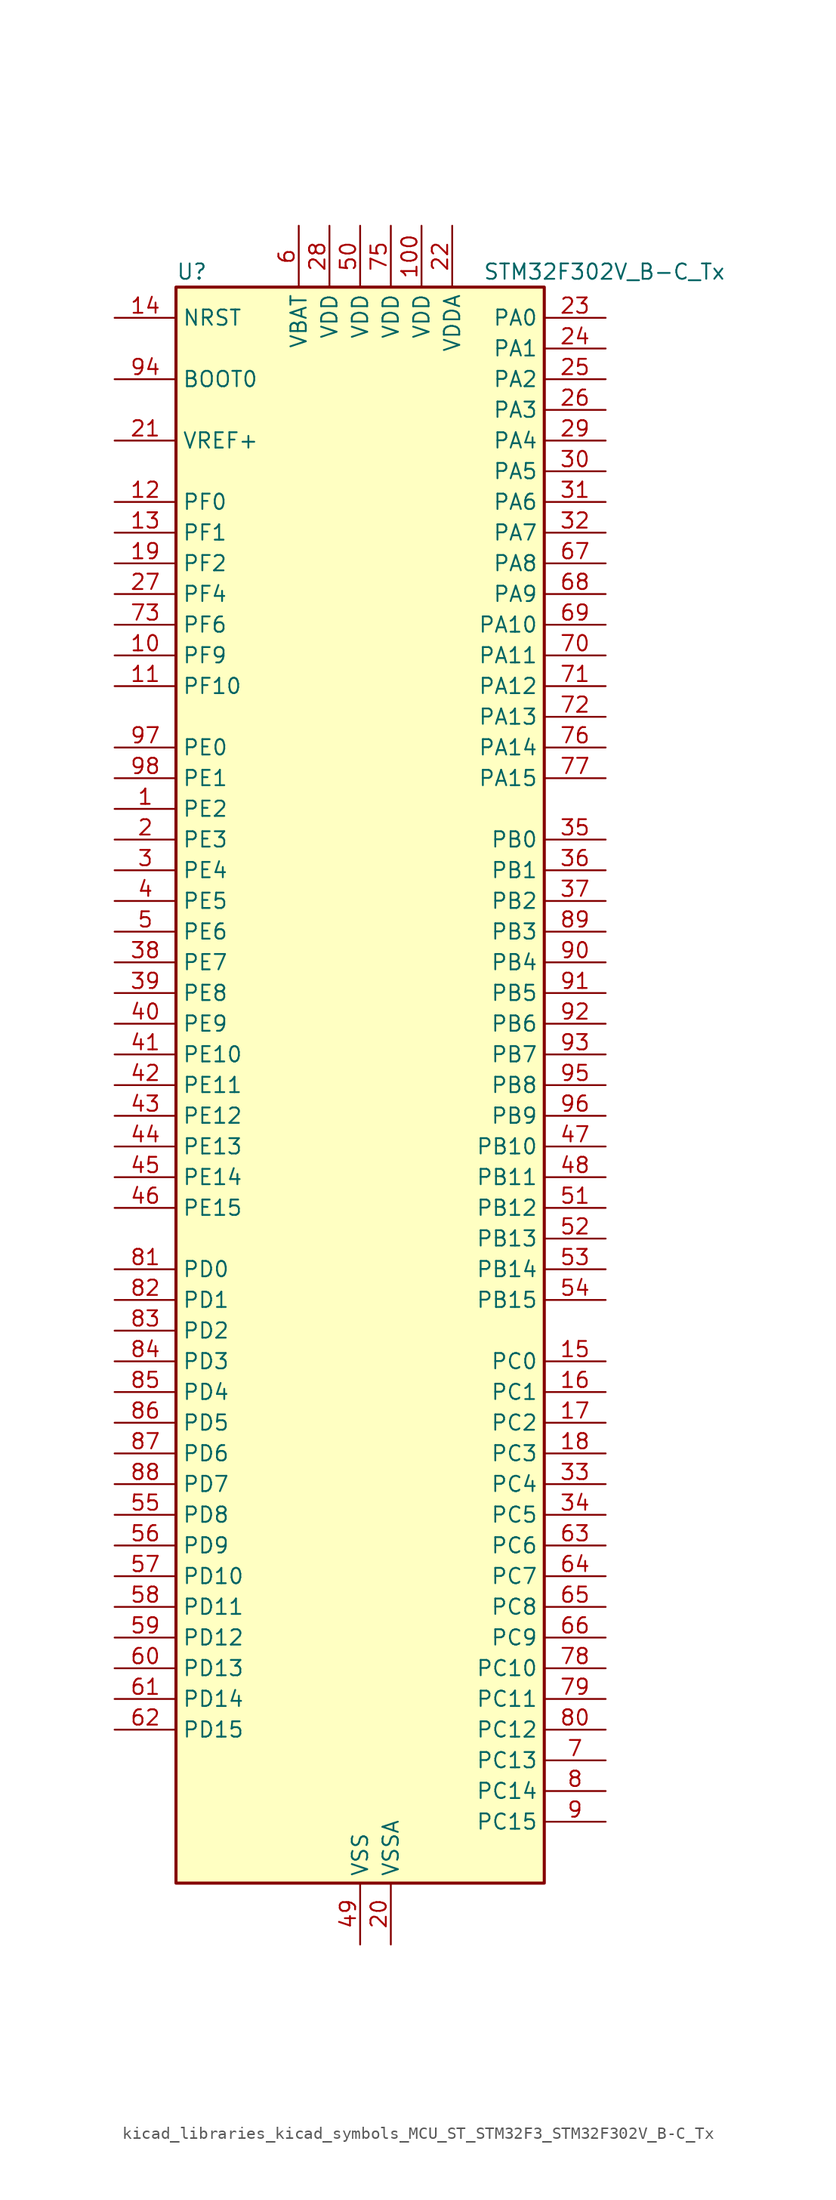
<source format=kicad_sym>
(kicad_symbol_lib
  (version 20220914)
  (generator kicad_symbol_editor)
  (symbol "kicad_libraries_kicad_symbols_MCU_ST_STM32F3_STM32F302V_B-C_Tx"
    (property "Reference" "U"
      (at -15.24 67.31 0)
      (effects (font (size 1.27 1.27)) (justify left)))
    (property "Value" "STM32F302V_B-C_Tx"
      (at 10.16 67.31 0)
      (effects (font (size 1.27 1.27)) (justify left)))
    (property "ki_locked" ""
      (at 0 0 0)
      (effects (font (size 1.27 1.27))))
    (symbol "kicad_libraries_kicad_symbols_MCU_ST_STM32F3_STM32F302V_B-C_Tx_0_1"
      (rectangle (start -15.24 -66.04) (end 15.24 66.04) (stroke (width 0.254) (type default)) (fill (type background))))
    (symbol "kicad_libraries_kicad_symbols_MCU_ST_STM32F3_STM32F302V_B-C_Tx_1_1"
      (pin bidirectional line (at -20.32 22.86 0) (length 5.08) (name "PE2" (effects (font (size 1.27 1.27)))) (number "1" (effects (font (size 1.27 1.27)))) (alternate "SYS_TRACECK" bidirectional line) (alternate "TIM3_CH1" bidirectional line) (alternate "TSC_G7_IO1" bidirectional line))
      (pin bidirectional line (at -20.32 35.56 0) (length 5.08) (name "PF9" (effects (font (size 1.27 1.27)))) (number "10" (effects (font (size 1.27 1.27)))) (alternate "DAC_EXTI9" bidirectional line) (alternate "SPI2_SCK" bidirectional line) (alternate "TIM15_CH1" bidirectional line))
      (pin power_in line (at 5.08 71.12 270) (length 5.08) (name "VDD" (effects (font (size 1.27 1.27)))) (number "100" (effects (font (size 1.27 1.27)))))
      (pin bidirectional line (at -20.32 33.02 0) (length 5.08) (name "PF10" (effects (font (size 1.27 1.27)))) (number "11" (effects (font (size 1.27 1.27)))) (alternate "SPI2_SCK" bidirectional line) (alternate "TIM15_CH2" bidirectional line))
      (pin bidirectional line (at -20.32 48.26 0) (length 5.08) (name "PF0" (effects (font (size 1.27 1.27)))) (number "12" (effects (font (size 1.27 1.27)))) (alternate "I2C2_SDA" bidirectional line) (alternate "RCC_OSC_IN" bidirectional line) (alternate "TIM1_CH3N" bidirectional line))
      (pin bidirectional line (at -20.32 45.72 0) (length 5.08) (name "PF1" (effects (font (size 1.27 1.27)))) (number "13" (effects (font (size 1.27 1.27)))) (alternate "I2C2_SCL" bidirectional line) (alternate "RCC_OSC_OUT" bidirectional line))
      (pin input line (at -20.32 63.5 0) (length 5.08) (name "NRST" (effects (font (size 1.27 1.27)))) (number "14" (effects (font (size 1.27 1.27)))))
      (pin bidirectional line (at 20.32 -22.86 180) (length 5.08) (name "PC0" (effects (font (size 1.27 1.27)))) (number "15" (effects (font (size 1.27 1.27)))) (alternate "ADC1_IN6" bidirectional line) (alternate "ADC2_IN6" bidirectional line))
      (pin bidirectional line (at 20.32 -25.4 180) (length 5.08) (name "PC1" (effects (font (size 1.27 1.27)))) (number "16" (effects (font (size 1.27 1.27)))) (alternate "ADC1_IN7" bidirectional line) (alternate "ADC2_IN7" bidirectional line))
      (pin bidirectional line (at 20.32 -27.94 180) (length 5.08) (name "PC2" (effects (font (size 1.27 1.27)))) (number "17" (effects (font (size 1.27 1.27)))) (alternate "ADC1_IN8" bidirectional line) (alternate "ADC2_IN8" bidirectional line))
      (pin bidirectional line (at 20.32 -30.48 180) (length 5.08) (name "PC3" (effects (font (size 1.27 1.27)))) (number "18" (effects (font (size 1.27 1.27)))) (alternate "ADC1_IN9" bidirectional line) (alternate "ADC2_IN9" bidirectional line) (alternate "TIM1_BKIN2" bidirectional line))
      (pin bidirectional line (at -20.32 43.18 0) (length 5.08) (name "PF2" (effects (font (size 1.27 1.27)))) (number "19" (effects (font (size 1.27 1.27)))) (alternate "ADC1_IN10" bidirectional line) (alternate "ADC2_IN10" bidirectional line))
      (pin bidirectional line (at -20.32 20.32 0) (length 5.08) (name "PE3" (effects (font (size 1.27 1.27)))) (number "2" (effects (font (size 1.27 1.27)))) (alternate "SYS_TRACED0" bidirectional line) (alternate "TIM3_CH2" bidirectional line) (alternate "TSC_G7_IO2" bidirectional line))
      (pin power_in line (at 2.54 -71.12 90) (length 5.08) (name "VSSA" (effects (font (size 1.27 1.27)))) (number "20" (effects (font (size 1.27 1.27)))))
      (pin input line (at -20.32 53.34 0) (length 5.08) (name "VREF+" (effects (font (size 1.27 1.27)))) (number "21" (effects (font (size 1.27 1.27)))))
      (pin power_in line (at 7.62 71.12 270) (length 5.08) (name "VDDA" (effects (font (size 1.27 1.27)))) (number "22" (effects (font (size 1.27 1.27)))))
      (pin bidirectional line (at 20.32 63.5 180) (length 5.08) (name "PA0" (effects (font (size 1.27 1.27)))) (number "23" (effects (font (size 1.27 1.27)))) (alternate "ADC1_IN1" bidirectional line) (alternate "COMP1_INM" bidirectional line) (alternate "COMP1_OUT" bidirectional line) (alternate "RTC_TAMP2" bidirectional line) (alternate "SYS_WKUP1" bidirectional line) (alternate "TIM2_CH1" bidirectional line) (alternate "TIM2_ETR" bidirectional line) (alternate "TSC_G1_IO1" bidirectional line) (alternate "USART2_CTS" bidirectional line))
      (pin bidirectional line (at 20.32 60.96 180) (length 5.08) (name "PA1" (effects (font (size 1.27 1.27)))) (number "24" (effects (font (size 1.27 1.27)))) (alternate "ADC1_IN2" bidirectional line) (alternate "COMP1_INP" bidirectional line) (alternate "OPAMP1_VINP" bidirectional line) (alternate "OPAMP1_VINP_SEC" bidirectional line) (alternate "RTC_REFIN" bidirectional line) (alternate "TIM15_CH1N" bidirectional line) (alternate "TIM2_CH2" bidirectional line) (alternate "TSC_G1_IO2" bidirectional line) (alternate "USART2_DE" bidirectional line) (alternate "USART2_RTS" bidirectional line))
      (pin bidirectional line (at 20.32 58.42 180) (length 5.08) (name "PA2" (effects (font (size 1.27 1.27)))) (number "25" (effects (font (size 1.27 1.27)))) (alternate "ADC1_IN3" bidirectional line) (alternate "COMP2_INM" bidirectional line) (alternate "COMP2_OUT" bidirectional line) (alternate "OPAMP1_VOUT" bidirectional line) (alternate "TIM15_CH1" bidirectional line) (alternate "TIM2_CH3" bidirectional line) (alternate "TSC_G1_IO3" bidirectional line) (alternate "USART2_TX" bidirectional line))
      (pin bidirectional line (at 20.32 55.88 180) (length 5.08) (name "PA3" (effects (font (size 1.27 1.27)))) (number "26" (effects (font (size 1.27 1.27)))) (alternate "ADC1_IN4" bidirectional line) (alternate "COMP2_INP" bidirectional line) (alternate "OPAMP1_VINM" bidirectional line) (alternate "OPAMP1_VINM_SEC" bidirectional line) (alternate "OPAMP1_VINP" bidirectional line) (alternate "OPAMP1_VINP_SEC" bidirectional line) (alternate "TIM15_CH2" bidirectional line) (alternate "TIM2_CH4" bidirectional line) (alternate "TSC_G1_IO4" bidirectional line) (alternate "USART2_RX" bidirectional line))
      (pin bidirectional line (at -20.32 40.64 0) (length 5.08) (name "PF4" (effects (font (size 1.27 1.27)))) (number "27" (effects (font (size 1.27 1.27)))) (alternate "ADC1_IN5" bidirectional line) (alternate "COMP1_OUT" bidirectional line))
      (pin power_in line (at -2.54 71.12 270) (length 5.08) (name "VDD" (effects (font (size 1.27 1.27)))) (number "28" (effects (font (size 1.27 1.27)))))
      (pin bidirectional line (at 20.32 53.34 180) (length 5.08) (name "PA4" (effects (font (size 1.27 1.27)))) (number "29" (effects (font (size 1.27 1.27)))) (alternate "ADC2_IN1" bidirectional line) (alternate "COMP1_INM" bidirectional line) (alternate "COMP2_INM" bidirectional line) (alternate "COMP4_INM" bidirectional line) (alternate "COMP6_INM" bidirectional line) (alternate "DAC_OUT1" bidirectional line) (alternate "I2S3_WS" bidirectional line) (alternate "SPI1_NSS" bidirectional line) (alternate "SPI3_NSS" bidirectional line) (alternate "TIM3_CH2" bidirectional line) (alternate "TSC_G2_IO1" bidirectional line) (alternate "USART2_CK" bidirectional line))
      (pin bidirectional line (at -20.32 17.78 0) (length 5.08) (name "PE4" (effects (font (size 1.27 1.27)))) (number "3" (effects (font (size 1.27 1.27)))) (alternate "SYS_TRACED1" bidirectional line) (alternate "TIM3_CH3" bidirectional line) (alternate "TSC_G7_IO3" bidirectional line))
      (pin bidirectional line (at 20.32 50.8 180) (length 5.08) (name "PA5" (effects (font (size 1.27 1.27)))) (number "30" (effects (font (size 1.27 1.27)))) (alternate "ADC2_IN2" bidirectional line) (alternate "COMP1_INM" bidirectional line) (alternate "COMP2_INM" bidirectional line) (alternate "COMP4_INM" bidirectional line) (alternate "COMP6_INM" bidirectional line) (alternate "OPAMP1_VINP" bidirectional line) (alternate "OPAMP1_VINP_SEC" bidirectional line) (alternate "OPAMP2_VINM" bidirectional line) (alternate "OPAMP2_VINM_SEC" bidirectional line) (alternate "SPI1_SCK" bidirectional line) (alternate "TIM2_CH1" bidirectional line) (alternate "TIM2_ETR" bidirectional line) (alternate "TSC_G2_IO2" bidirectional line))
      (pin bidirectional line (at 20.32 48.26 180) (length 5.08) (name "PA6" (effects (font (size 1.27 1.27)))) (number "31" (effects (font (size 1.27 1.27)))) (alternate "ADC2_IN3" bidirectional line) (alternate "COMP1_OUT" bidirectional line) (alternate "OPAMP2_VOUT" bidirectional line) (alternate "SPI1_MISO" bidirectional line) (alternate "TIM16_CH1" bidirectional line) (alternate "TIM1_BKIN" bidirectional line) (alternate "TIM3_CH1" bidirectional line) (alternate "TSC_G2_IO3" bidirectional line))
      (pin bidirectional line (at 20.32 45.72 180) (length 5.08) (name "PA7" (effects (font (size 1.27 1.27)))) (number "32" (effects (font (size 1.27 1.27)))) (alternate "ADC2_IN4" bidirectional line) (alternate "COMP2_INP" bidirectional line) (alternate "COMP2_OUT" bidirectional line) (alternate "OPAMP1_VINP" bidirectional line) (alternate "OPAMP1_VINP_SEC" bidirectional line) (alternate "OPAMP2_VINP" bidirectional line) (alternate "OPAMP2_VINP_SEC" bidirectional line) (alternate "SPI1_MOSI" bidirectional line) (alternate "TIM17_CH1" bidirectional line) (alternate "TIM1_CH1N" bidirectional line) (alternate "TIM3_CH2" bidirectional line) (alternate "TSC_G2_IO4" bidirectional line))
      (pin bidirectional line (at 20.32 -33.02 180) (length 5.08) (name "PC4" (effects (font (size 1.27 1.27)))) (number "33" (effects (font (size 1.27 1.27)))) (alternate "ADC2_IN5" bidirectional line) (alternate "USART1_TX" bidirectional line))
      (pin bidirectional line (at 20.32 -35.56 180) (length 5.08) (name "PC5" (effects (font (size 1.27 1.27)))) (number "34" (effects (font (size 1.27 1.27)))) (alternate "ADC2_IN11" bidirectional line) (alternate "OPAMP1_VINM" bidirectional line) (alternate "OPAMP1_VINM_SEC" bidirectional line) (alternate "OPAMP2_VINM" bidirectional line) (alternate "OPAMP2_VINM_SEC" bidirectional line) (alternate "TSC_G3_IO1" bidirectional line) (alternate "USART1_RX" bidirectional line))
      (pin bidirectional line (at 20.32 20.32 180) (length 5.08) (name "PB0" (effects (font (size 1.27 1.27)))) (number "35" (effects (font (size 1.27 1.27)))) (alternate "COMP4_INP" bidirectional line) (alternate "OPAMP2_VINP" bidirectional line) (alternate "OPAMP2_VINP_SEC" bidirectional line) (alternate "TIM1_CH2N" bidirectional line) (alternate "TIM3_CH3" bidirectional line) (alternate "TSC_G3_IO2" bidirectional line))
      (pin bidirectional line (at 20.32 17.78 180) (length 5.08) (name "PB1" (effects (font (size 1.27 1.27)))) (number "36" (effects (font (size 1.27 1.27)))) (alternate "COMP4_OUT" bidirectional line) (alternate "TIM1_CH3N" bidirectional line) (alternate "TIM3_CH4" bidirectional line) (alternate "TSC_G3_IO3" bidirectional line))
      (pin bidirectional line (at 20.32 15.24 180) (length 5.08) (name "PB2" (effects (font (size 1.27 1.27)))) (number "37" (effects (font (size 1.27 1.27)))) (alternate "ADC2_IN12" bidirectional line) (alternate "COMP4_INM" bidirectional line) (alternate "TSC_G3_IO4" bidirectional line))
      (pin bidirectional line (at -20.32 10.16 0) (length 5.08) (name "PE7" (effects (font (size 1.27 1.27)))) (number "38" (effects (font (size 1.27 1.27)))) (alternate "COMP4_INP" bidirectional line) (alternate "TIM1_ETR" bidirectional line))
      (pin bidirectional line (at -20.32 7.62 0) (length 5.08) (name "PE8" (effects (font (size 1.27 1.27)))) (number "39" (effects (font (size 1.27 1.27)))) (alternate "COMP4_INM" bidirectional line) (alternate "TIM1_CH1N" bidirectional line))
      (pin bidirectional line (at -20.32 15.24 0) (length 5.08) (name "PE5" (effects (font (size 1.27 1.27)))) (number "4" (effects (font (size 1.27 1.27)))) (alternate "SYS_TRACED2" bidirectional line) (alternate "TIM3_CH4" bidirectional line) (alternate "TSC_G7_IO4" bidirectional line))
      (pin bidirectional line (at -20.32 5.08 0) (length 5.08) (name "PE9" (effects (font (size 1.27 1.27)))) (number "40" (effects (font (size 1.27 1.27)))) (alternate "DAC_EXTI9" bidirectional line) (alternate "TIM1_CH1" bidirectional line))
      (pin bidirectional line (at -20.32 2.54 0) (length 5.08) (name "PE10" (effects (font (size 1.27 1.27)))) (number "41" (effects (font (size 1.27 1.27)))) (alternate "TIM1_CH2N" bidirectional line))
      (pin bidirectional line (at -20.32 0 0) (length 5.08) (name "PE11" (effects (font (size 1.27 1.27)))) (number "42" (effects (font (size 1.27 1.27)))) (alternate "ADC1_EXTI11" bidirectional line) (alternate "ADC2_EXTI11" bidirectional line) (alternate "TIM1_CH2" bidirectional line))
      (pin bidirectional line (at -20.32 -2.54 0) (length 5.08) (name "PE12" (effects (font (size 1.27 1.27)))) (number "43" (effects (font (size 1.27 1.27)))) (alternate "TIM1_CH3N" bidirectional line))
      (pin bidirectional line (at -20.32 -5.08 0) (length 5.08) (name "PE13" (effects (font (size 1.27 1.27)))) (number "44" (effects (font (size 1.27 1.27)))) (alternate "TIM1_CH3" bidirectional line))
      (pin bidirectional line (at -20.32 -7.62 0) (length 5.08) (name "PE14" (effects (font (size 1.27 1.27)))) (number "45" (effects (font (size 1.27 1.27)))) (alternate "TIM1_BKIN2" bidirectional line) (alternate "TIM1_CH4" bidirectional line))
      (pin bidirectional line (at -20.32 -10.16 0) (length 5.08) (name "PE15" (effects (font (size 1.27 1.27)))) (number "46" (effects (font (size 1.27 1.27)))) (alternate "ADC1_EXTI15" bidirectional line) (alternate "ADC2_EXTI15" bidirectional line) (alternate "TIM1_BKIN" bidirectional line) (alternate "USART3_RX" bidirectional line))
      (pin bidirectional line (at 20.32 -5.08 180) (length 5.08) (name "PB10" (effects (font (size 1.27 1.27)))) (number "47" (effects (font (size 1.27 1.27)))) (alternate "TIM2_CH3" bidirectional line) (alternate "TSC_SYNC" bidirectional line) (alternate "USART3_TX" bidirectional line))
      (pin bidirectional line (at 20.32 -7.62 180) (length 5.08) (name "PB11" (effects (font (size 1.27 1.27)))) (number "48" (effects (font (size 1.27 1.27)))) (alternate "ADC1_EXTI11" bidirectional line) (alternate "ADC2_EXTI11" bidirectional line) (alternate "COMP6_INP" bidirectional line) (alternate "TIM2_CH4" bidirectional line) (alternate "TSC_G6_IO1" bidirectional line) (alternate "USART3_RX" bidirectional line))
      (pin power_in line (at 0 -71.12 90) (length 5.08) (name "VSS" (effects (font (size 1.27 1.27)))) (number "49" (effects (font (size 1.27 1.27)))))
      (pin bidirectional line (at -20.32 12.7 0) (length 5.08) (name "PE6" (effects (font (size 1.27 1.27)))) (number "5" (effects (font (size 1.27 1.27)))) (alternate "RTC_TAMP3" bidirectional line) (alternate "SYS_TRACED3" bidirectional line) (alternate "SYS_WKUP3" bidirectional line))
      (pin power_in line (at 0 71.12 270) (length 5.08) (name "VDD" (effects (font (size 1.27 1.27)))) (number "50" (effects (font (size 1.27 1.27)))))
      (pin bidirectional line (at 20.32 -10.16 180) (length 5.08) (name "PB12" (effects (font (size 1.27 1.27)))) (number "51" (effects (font (size 1.27 1.27)))) (alternate "I2C2_SMBA" bidirectional line) (alternate "I2S2_WS" bidirectional line) (alternate "SPI2_NSS" bidirectional line) (alternate "TIM1_BKIN" bidirectional line) (alternate "TSC_G6_IO2" bidirectional line) (alternate "USART3_CK" bidirectional line))
      (pin bidirectional line (at 20.32 -12.7 180) (length 5.08) (name "PB13" (effects (font (size 1.27 1.27)))) (number "52" (effects (font (size 1.27 1.27)))) (alternate "I2S2_CK" bidirectional line) (alternate "SPI2_SCK" bidirectional line) (alternate "TIM1_CH1N" bidirectional line) (alternate "TSC_G6_IO3" bidirectional line) (alternate "USART3_CTS" bidirectional line))
      (pin bidirectional line (at 20.32 -15.24 180) (length 5.08) (name "PB14" (effects (font (size 1.27 1.27)))) (number "53" (effects (font (size 1.27 1.27)))) (alternate "I2S2_ext_SD" bidirectional line) (alternate "OPAMP2_VINP" bidirectional line) (alternate "OPAMP2_VINP_SEC" bidirectional line) (alternate "SPI2_MISO" bidirectional line) (alternate "TIM15_CH1" bidirectional line) (alternate "TIM1_CH2N" bidirectional line) (alternate "TSC_G6_IO4" bidirectional line) (alternate "USART3_DE" bidirectional line) (alternate "USART3_RTS" bidirectional line))
      (pin bidirectional line (at 20.32 -17.78 180) (length 5.08) (name "PB15" (effects (font (size 1.27 1.27)))) (number "54" (effects (font (size 1.27 1.27)))) (alternate "ADC1_EXTI15" bidirectional line) (alternate "ADC2_EXTI15" bidirectional line) (alternate "COMP6_INM" bidirectional line) (alternate "I2S2_SD" bidirectional line) (alternate "RTC_REFIN" bidirectional line) (alternate "SPI2_MOSI" bidirectional line) (alternate "TIM15_CH1N" bidirectional line) (alternate "TIM15_CH2" bidirectional line) (alternate "TIM1_CH3N" bidirectional line))
      (pin bidirectional line (at -20.32 -35.56 0) (length 5.08) (name "PD8" (effects (font (size 1.27 1.27)))) (number "55" (effects (font (size 1.27 1.27)))) (alternate "USART3_TX" bidirectional line))
      (pin bidirectional line (at -20.32 -38.1 0) (length 5.08) (name "PD9" (effects (font (size 1.27 1.27)))) (number "56" (effects (font (size 1.27 1.27)))) (alternate "DAC_EXTI9" bidirectional line) (alternate "USART3_RX" bidirectional line))
      (pin bidirectional line (at -20.32 -40.64 0) (length 5.08) (name "PD10" (effects (font (size 1.27 1.27)))) (number "57" (effects (font (size 1.27 1.27)))) (alternate "COMP6_INM" bidirectional line) (alternate "USART3_CK" bidirectional line))
      (pin bidirectional line (at -20.32 -43.18 0) (length 5.08) (name "PD11" (effects (font (size 1.27 1.27)))) (number "58" (effects (font (size 1.27 1.27)))) (alternate "ADC1_EXTI11" bidirectional line) (alternate "ADC2_EXTI11" bidirectional line) (alternate "COMP6_INP" bidirectional line) (alternate "USART3_CTS" bidirectional line))
      (pin bidirectional line (at -20.32 -45.72 0) (length 5.08) (name "PD12" (effects (font (size 1.27 1.27)))) (number "59" (effects (font (size 1.27 1.27)))) (alternate "TIM4_CH1" bidirectional line) (alternate "TSC_G8_IO1" bidirectional line) (alternate "USART3_DE" bidirectional line) (alternate "USART3_RTS" bidirectional line))
      (pin power_in line (at -5.08 71.12 270) (length 5.08) (name "VBAT" (effects (font (size 1.27 1.27)))) (number "6" (effects (font (size 1.27 1.27)))))
      (pin bidirectional line (at -20.32 -48.26 0) (length 5.08) (name "PD13" (effects (font (size 1.27 1.27)))) (number "60" (effects (font (size 1.27 1.27)))) (alternate "TIM4_CH2" bidirectional line) (alternate "TSC_G8_IO2" bidirectional line))
      (pin bidirectional line (at -20.32 -50.8 0) (length 5.08) (name "PD14" (effects (font (size 1.27 1.27)))) (number "61" (effects (font (size 1.27 1.27)))) (alternate "OPAMP2_VINP" bidirectional line) (alternate "OPAMP2_VINP_SEC" bidirectional line) (alternate "TIM4_CH3" bidirectional line) (alternate "TSC_G8_IO3" bidirectional line))
      (pin bidirectional line (at -20.32 -53.34 0) (length 5.08) (name "PD15" (effects (font (size 1.27 1.27)))) (number "62" (effects (font (size 1.27 1.27)))) (alternate "ADC1_EXTI15" bidirectional line) (alternate "ADC2_EXTI15" bidirectional line) (alternate "SPI2_NSS" bidirectional line) (alternate "TIM4_CH4" bidirectional line) (alternate "TSC_G8_IO4" bidirectional line))
      (pin bidirectional line (at 20.32 -38.1 180) (length 5.08) (name "PC6" (effects (font (size 1.27 1.27)))) (number "63" (effects (font (size 1.27 1.27)))) (alternate "COMP6_OUT" bidirectional line) (alternate "I2S2_MCK" bidirectional line) (alternate "TIM3_CH1" bidirectional line))
      (pin bidirectional line (at 20.32 -40.64 180) (length 5.08) (name "PC7" (effects (font (size 1.27 1.27)))) (number "64" (effects (font (size 1.27 1.27)))) (alternate "I2S3_MCK" bidirectional line) (alternate "TIM3_CH2" bidirectional line))
      (pin bidirectional line (at 20.32 -43.18 180) (length 5.08) (name "PC8" (effects (font (size 1.27 1.27)))) (number "65" (effects (font (size 1.27 1.27)))) (alternate "TIM3_CH3" bidirectional line))
      (pin bidirectional line (at 20.32 -45.72 180) (length 5.08) (name "PC9" (effects (font (size 1.27 1.27)))) (number "66" (effects (font (size 1.27 1.27)))) (alternate "DAC_EXTI9" bidirectional line) (alternate "I2S_CKIN" bidirectional line) (alternate "TIM3_CH4" bidirectional line))
      (pin bidirectional line (at 20.32 43.18 180) (length 5.08) (name "PA8" (effects (font (size 1.27 1.27)))) (number "67" (effects (font (size 1.27 1.27)))) (alternate "I2C2_SMBA" bidirectional line) (alternate "I2S2_MCK" bidirectional line) (alternate "RCC_MCO" bidirectional line) (alternate "TIM1_CH1" bidirectional line) (alternate "TIM4_ETR" bidirectional line) (alternate "USART1_CK" bidirectional line))
      (pin bidirectional line (at 20.32 40.64 180) (length 5.08) (name "PA9" (effects (font (size 1.27 1.27)))) (number "68" (effects (font (size 1.27 1.27)))) (alternate "DAC_EXTI9" bidirectional line) (alternate "I2C2_SCL" bidirectional line) (alternate "I2S3_MCK" bidirectional line) (alternate "TIM15_BKIN" bidirectional line) (alternate "TIM1_CH2" bidirectional line) (alternate "TIM2_CH3" bidirectional line) (alternate "TSC_G4_IO1" bidirectional line) (alternate "USART1_TX" bidirectional line))
      (pin bidirectional line (at 20.32 38.1 180) (length 5.08) (name "PA10" (effects (font (size 1.27 1.27)))) (number "69" (effects (font (size 1.27 1.27)))) (alternate "COMP6_OUT" bidirectional line) (alternate "I2C2_SDA" bidirectional line) (alternate "TIM17_BKIN" bidirectional line) (alternate "TIM1_CH3" bidirectional line) (alternate "TIM2_CH4" bidirectional line) (alternate "TSC_G4_IO2" bidirectional line) (alternate "USART1_RX" bidirectional line))
      (pin bidirectional line (at 20.32 -55.88 180) (length 5.08) (name "PC13" (effects (font (size 1.27 1.27)))) (number "7" (effects (font (size 1.27 1.27)))) (alternate "RTC_OUT_ALARM" bidirectional line) (alternate "RTC_OUT_CALIB" bidirectional line) (alternate "RTC_TAMP1" bidirectional line) (alternate "RTC_TS" bidirectional line) (alternate "SYS_WKUP2" bidirectional line) (alternate "TIM1_CH1N" bidirectional line))
      (pin bidirectional line (at 20.32 35.56 180) (length 5.08) (name "PA11" (effects (font (size 1.27 1.27)))) (number "70" (effects (font (size 1.27 1.27)))) (alternate "ADC1_EXTI11" bidirectional line) (alternate "ADC2_EXTI11" bidirectional line) (alternate "CAN_RX" bidirectional line) (alternate "COMP1_OUT" bidirectional line) (alternate "TIM1_BKIN2" bidirectional line) (alternate "TIM1_CH1N" bidirectional line) (alternate "TIM1_CH4" bidirectional line) (alternate "TIM4_CH1" bidirectional line) (alternate "USART1_CTS" bidirectional line) (alternate "USB_DM" bidirectional line))
      (pin bidirectional line (at 20.32 33.02 180) (length 5.08) (name "PA12" (effects (font (size 1.27 1.27)))) (number "71" (effects (font (size 1.27 1.27)))) (alternate "CAN_TX" bidirectional line) (alternate "COMP2_OUT" bidirectional line) (alternate "TIM16_CH1" bidirectional line) (alternate "TIM1_CH2N" bidirectional line) (alternate "TIM1_ETR" bidirectional line) (alternate "TIM4_CH2" bidirectional line) (alternate "USART1_DE" bidirectional line) (alternate "USART1_RTS" bidirectional line) (alternate "USB_DP" bidirectional line))
      (pin bidirectional line (at 20.32 30.48 180) (length 5.08) (name "PA13" (effects (font (size 1.27 1.27)))) (number "72" (effects (font (size 1.27 1.27)))) (alternate "IR_OUT" bidirectional line) (alternate "SYS_JTMS-SWDIO" bidirectional line) (alternate "TIM16_CH1N" bidirectional line) (alternate "TIM4_CH3" bidirectional line) (alternate "TSC_G4_IO3" bidirectional line) (alternate "USART3_CTS" bidirectional line))
      (pin bidirectional line (at -20.32 38.1 0) (length 5.08) (name "PF6" (effects (font (size 1.27 1.27)))) (number "73" (effects (font (size 1.27 1.27)))) (alternate "I2C2_SCL" bidirectional line) (alternate "TIM4_CH4" bidirectional line) (alternate "USART3_DE" bidirectional line) (alternate "USART3_RTS" bidirectional line))
      (pin passive line (at 0 -71.12 90) (length 5.08) hide (name "VSS" (effects (font (size 1.27 1.27)))) (number "74" (effects (font (size 1.27 1.27)))))
      (pin power_in line (at 2.54 71.12 270) (length 5.08) (name "VDD" (effects (font (size 1.27 1.27)))) (number "75" (effects (font (size 1.27 1.27)))))
      (pin bidirectional line (at 20.32 27.94 180) (length 5.08) (name "PA14" (effects (font (size 1.27 1.27)))) (number "76" (effects (font (size 1.27 1.27)))) (alternate "I2C1_SDA" bidirectional line) (alternate "SYS_JTCK-SWCLK" bidirectional line) (alternate "TIM1_BKIN" bidirectional line) (alternate "TSC_G4_IO4" bidirectional line) (alternate "USART2_TX" bidirectional line))
      (pin bidirectional line (at 20.32 25.4 180) (length 5.08) (name "PA15" (effects (font (size 1.27 1.27)))) (number "77" (effects (font (size 1.27 1.27)))) (alternate "ADC1_EXTI15" bidirectional line) (alternate "ADC2_EXTI15" bidirectional line) (alternate "I2C1_SCL" bidirectional line) (alternate "I2S3_WS" bidirectional line) (alternate "SPI1_NSS" bidirectional line) (alternate "SPI3_NSS" bidirectional line) (alternate "SYS_JTDI" bidirectional line) (alternate "TIM1_BKIN" bidirectional line) (alternate "TIM2_CH1" bidirectional line) (alternate "TIM2_ETR" bidirectional line) (alternate "USART2_RX" bidirectional line))
      (pin bidirectional line (at 20.32 -48.26 180) (length 5.08) (name "PC10" (effects (font (size 1.27 1.27)))) (number "78" (effects (font (size 1.27 1.27)))) (alternate "I2S3_CK" bidirectional line) (alternate "SPI3_SCK" bidirectional line) (alternate "UART4_TX" bidirectional line) (alternate "USART3_TX" bidirectional line))
      (pin bidirectional line (at 20.32 -50.8 180) (length 5.08) (name "PC11" (effects (font (size 1.27 1.27)))) (number "79" (effects (font (size 1.27 1.27)))) (alternate "ADC1_EXTI11" bidirectional line) (alternate "ADC2_EXTI11" bidirectional line) (alternate "I2S3_ext_SD" bidirectional line) (alternate "SPI3_MISO" bidirectional line) (alternate "UART4_RX" bidirectional line) (alternate "USART3_RX" bidirectional line))
      (pin bidirectional line (at 20.32 -58.42 180) (length 5.08) (name "PC14" (effects (font (size 1.27 1.27)))) (number "8" (effects (font (size 1.27 1.27)))) (alternate "RCC_OSC32_IN" bidirectional line))
      (pin bidirectional line (at 20.32 -53.34 180) (length 5.08) (name "PC12" (effects (font (size 1.27 1.27)))) (number "80" (effects (font (size 1.27 1.27)))) (alternate "I2S3_SD" bidirectional line) (alternate "SPI3_MOSI" bidirectional line) (alternate "UART5_TX" bidirectional line) (alternate "USART3_CK" bidirectional line))
      (pin bidirectional line (at -20.32 -15.24 0) (length 5.08) (name "PD0" (effects (font (size 1.27 1.27)))) (number "81" (effects (font (size 1.27 1.27)))) (alternate "CAN_RX" bidirectional line))
      (pin bidirectional line (at -20.32 -17.78 0) (length 5.08) (name "PD1" (effects (font (size 1.27 1.27)))) (number "82" (effects (font (size 1.27 1.27)))) (alternate "CAN_TX" bidirectional line))
      (pin bidirectional line (at -20.32 -20.32 0) (length 5.08) (name "PD2" (effects (font (size 1.27 1.27)))) (number "83" (effects (font (size 1.27 1.27)))) (alternate "TIM3_ETR" bidirectional line) (alternate "UART5_RX" bidirectional line))
      (pin bidirectional line (at -20.32 -22.86 0) (length 5.08) (name "PD3" (effects (font (size 1.27 1.27)))) (number "84" (effects (font (size 1.27 1.27)))) (alternate "TIM2_CH1" bidirectional line) (alternate "TIM2_ETR" bidirectional line) (alternate "USART2_CTS" bidirectional line))
      (pin bidirectional line (at -20.32 -25.4 0) (length 5.08) (name "PD4" (effects (font (size 1.27 1.27)))) (number "85" (effects (font (size 1.27 1.27)))) (alternate "TIM2_CH2" bidirectional line) (alternate "USART2_DE" bidirectional line) (alternate "USART2_RTS" bidirectional line))
      (pin bidirectional line (at -20.32 -27.94 0) (length 5.08) (name "PD5" (effects (font (size 1.27 1.27)))) (number "86" (effects (font (size 1.27 1.27)))) (alternate "USART2_TX" bidirectional line))
      (pin bidirectional line (at -20.32 -30.48 0) (length 5.08) (name "PD6" (effects (font (size 1.27 1.27)))) (number "87" (effects (font (size 1.27 1.27)))) (alternate "TIM2_CH4" bidirectional line) (alternate "USART2_RX" bidirectional line))
      (pin bidirectional line (at -20.32 -33.02 0) (length 5.08) (name "PD7" (effects (font (size 1.27 1.27)))) (number "88" (effects (font (size 1.27 1.27)))) (alternate "TIM2_CH3" bidirectional line) (alternate "USART2_CK" bidirectional line))
      (pin bidirectional line (at 20.32 12.7 180) (length 5.08) (name "PB3" (effects (font (size 1.27 1.27)))) (number "89" (effects (font (size 1.27 1.27)))) (alternate "I2S3_CK" bidirectional line) (alternate "SPI1_SCK" bidirectional line) (alternate "SPI3_SCK" bidirectional line) (alternate "SYS_JTDO-TRACESWO" bidirectional line) (alternate "TIM2_CH2" bidirectional line) (alternate "TIM3_ETR" bidirectional line) (alternate "TIM4_ETR" bidirectional line) (alternate "TSC_G5_IO1" bidirectional line) (alternate "USART2_TX" bidirectional line))
      (pin bidirectional line (at 20.32 -60.96 180) (length 5.08) (name "PC15" (effects (font (size 1.27 1.27)))) (number "9" (effects (font (size 1.27 1.27)))) (alternate "ADC1_EXTI15" bidirectional line) (alternate "ADC2_EXTI15" bidirectional line) (alternate "RCC_OSC32_OUT" bidirectional line))
      (pin bidirectional line (at 20.32 10.16 180) (length 5.08) (name "PB4" (effects (font (size 1.27 1.27)))) (number "90" (effects (font (size 1.27 1.27)))) (alternate "I2S3_ext_SD" bidirectional line) (alternate "SPI1_MISO" bidirectional line) (alternate "SPI3_MISO" bidirectional line) (alternate "SYS_NJTRST" bidirectional line) (alternate "TIM16_CH1" bidirectional line) (alternate "TIM17_BKIN" bidirectional line) (alternate "TIM3_CH1" bidirectional line) (alternate "TSC_G5_IO2" bidirectional line) (alternate "USART2_RX" bidirectional line))
      (pin bidirectional line (at 20.32 7.62 180) (length 5.08) (name "PB5" (effects (font (size 1.27 1.27)))) (number "91" (effects (font (size 1.27 1.27)))) (alternate "I2C1_SMBA" bidirectional line) (alternate "I2S3_SD" bidirectional line) (alternate "SPI1_MOSI" bidirectional line) (alternate "SPI3_MOSI" bidirectional line) (alternate "TIM16_BKIN" bidirectional line) (alternate "TIM17_CH1" bidirectional line) (alternate "TIM3_CH2" bidirectional line) (alternate "USART2_CK" bidirectional line))
      (pin bidirectional line (at 20.32 5.08 180) (length 5.08) (name "PB6" (effects (font (size 1.27 1.27)))) (number "92" (effects (font (size 1.27 1.27)))) (alternate "I2C1_SCL" bidirectional line) (alternate "TIM16_CH1N" bidirectional line) (alternate "TIM4_CH1" bidirectional line) (alternate "TSC_G5_IO3" bidirectional line) (alternate "USART1_TX" bidirectional line))
      (pin bidirectional line (at 20.32 2.54 180) (length 5.08) (name "PB7" (effects (font (size 1.27 1.27)))) (number "93" (effects (font (size 1.27 1.27)))) (alternate "I2C1_SDA" bidirectional line) (alternate "TIM17_CH1N" bidirectional line) (alternate "TIM3_CH4" bidirectional line) (alternate "TIM4_CH2" bidirectional line) (alternate "TSC_G5_IO4" bidirectional line) (alternate "USART1_RX" bidirectional line))
      (pin input line (at -20.32 58.42 0) (length 5.08) (name "BOOT0" (effects (font (size 1.27 1.27)))) (number "94" (effects (font (size 1.27 1.27)))))
      (pin bidirectional line (at 20.32 0 180) (length 5.08) (name "PB8" (effects (font (size 1.27 1.27)))) (number "95" (effects (font (size 1.27 1.27)))) (alternate "CAN_RX" bidirectional line) (alternate "COMP1_OUT" bidirectional line) (alternate "I2C1_SCL" bidirectional line) (alternate "TIM16_CH1" bidirectional line) (alternate "TIM1_BKIN" bidirectional line) (alternate "TIM4_CH3" bidirectional line) (alternate "TSC_SYNC" bidirectional line))
      (pin bidirectional line (at 20.32 -2.54 180) (length 5.08) (name "PB9" (effects (font (size 1.27 1.27)))) (number "96" (effects (font (size 1.27 1.27)))) (alternate "CAN_TX" bidirectional line) (alternate "COMP2_OUT" bidirectional line) (alternate "DAC_EXTI9" bidirectional line) (alternate "I2C1_SDA" bidirectional line) (alternate "IR_OUT" bidirectional line) (alternate "TIM17_CH1" bidirectional line) (alternate "TIM4_CH4" bidirectional line))
      (pin bidirectional line (at -20.32 27.94 0) (length 5.08) (name "PE0" (effects (font (size 1.27 1.27)))) (number "97" (effects (font (size 1.27 1.27)))) (alternate "TIM16_CH1" bidirectional line) (alternate "TIM4_ETR" bidirectional line) (alternate "USART1_TX" bidirectional line))
      (pin bidirectional line (at -20.32 25.4 0) (length 5.08) (name "PE1" (effects (font (size 1.27 1.27)))) (number "98" (effects (font (size 1.27 1.27)))) (alternate "TIM17_CH1" bidirectional line) (alternate "USART1_RX" bidirectional line))
      (pin passive line (at 0 -71.12 90) (length 5.08) hide (name "VSS" (effects (font (size 1.27 1.27)))) (number "99" (effects (font (size 1.27 1.27))))))))
</source>
